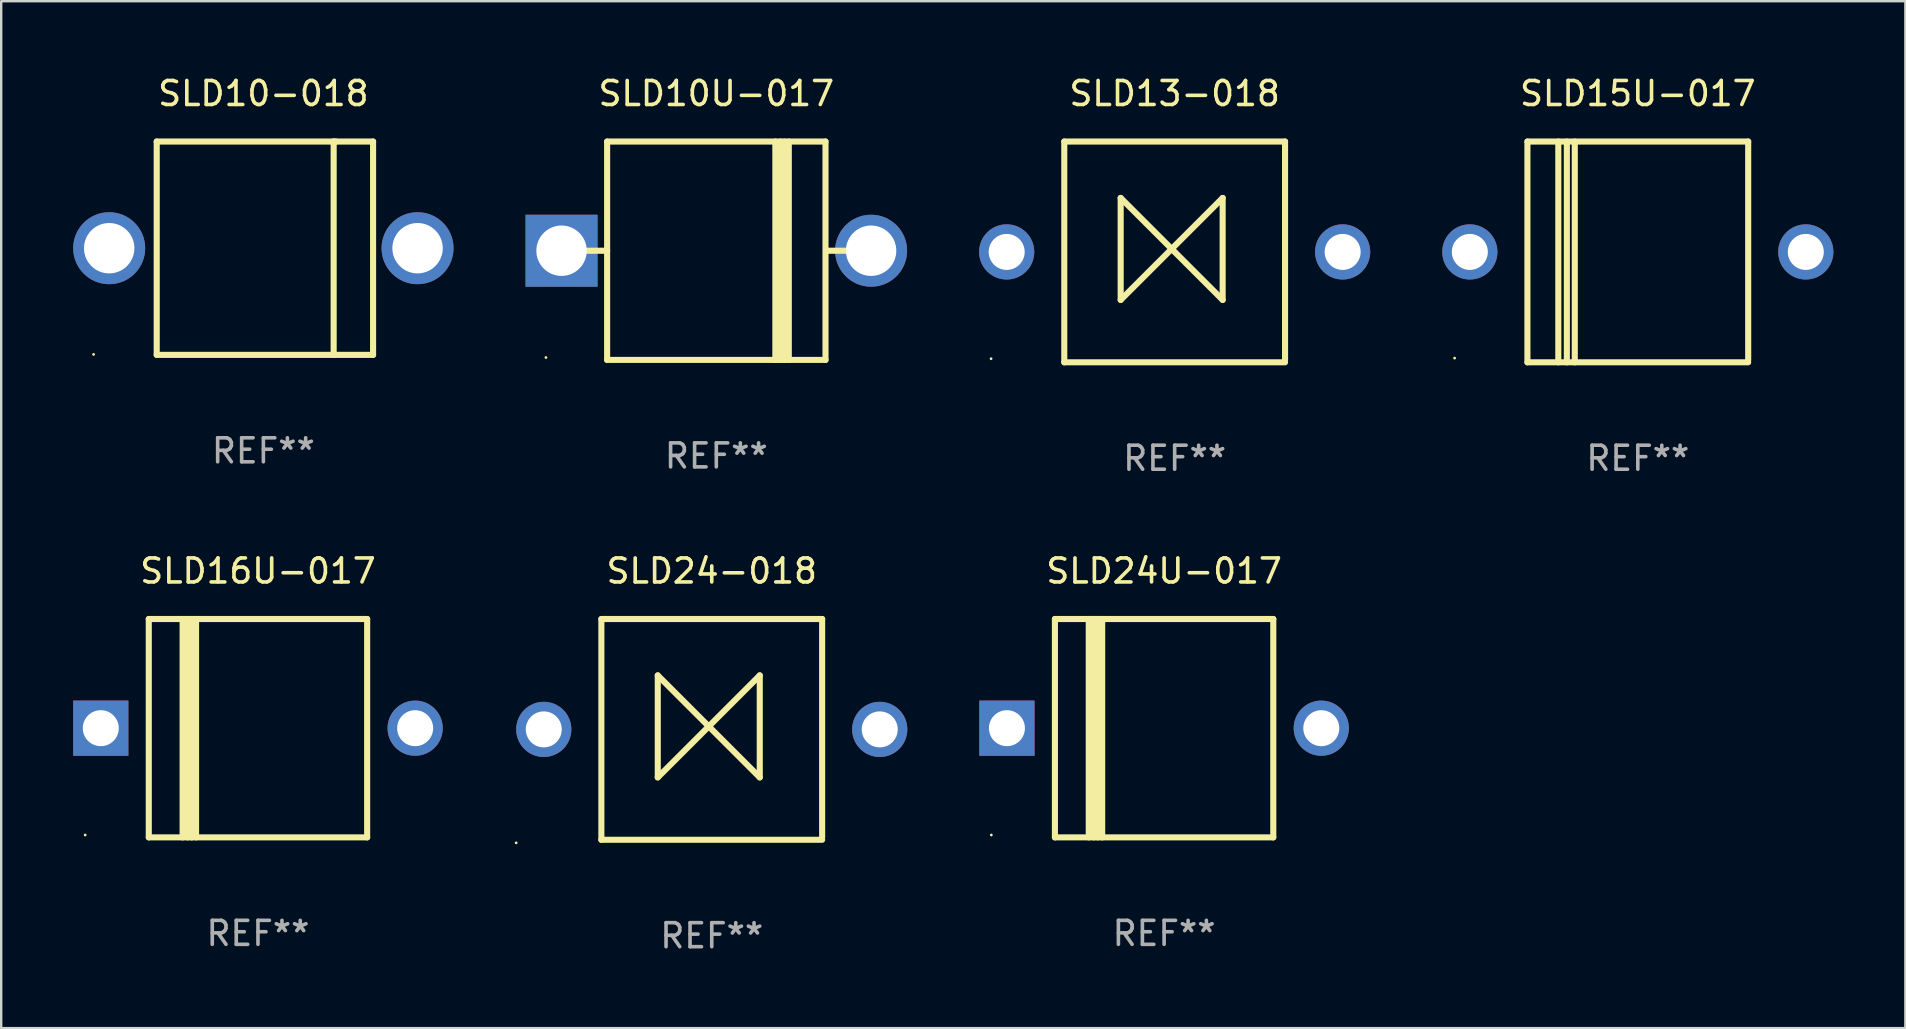
<source format=kicad_pcb>
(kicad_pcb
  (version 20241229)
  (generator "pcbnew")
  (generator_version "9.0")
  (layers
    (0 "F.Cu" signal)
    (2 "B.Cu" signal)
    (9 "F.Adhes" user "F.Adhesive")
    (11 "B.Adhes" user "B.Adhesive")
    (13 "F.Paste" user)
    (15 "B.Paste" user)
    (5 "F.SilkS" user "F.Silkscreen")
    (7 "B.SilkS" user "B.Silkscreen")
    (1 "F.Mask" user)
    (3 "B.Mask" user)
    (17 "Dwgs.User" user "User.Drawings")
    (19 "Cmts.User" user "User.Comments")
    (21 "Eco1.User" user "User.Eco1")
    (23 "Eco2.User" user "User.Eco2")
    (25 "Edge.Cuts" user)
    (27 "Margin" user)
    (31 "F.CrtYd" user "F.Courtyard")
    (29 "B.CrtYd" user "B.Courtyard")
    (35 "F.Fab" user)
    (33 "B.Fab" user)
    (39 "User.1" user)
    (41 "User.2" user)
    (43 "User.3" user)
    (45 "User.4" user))
  (footprint "SLD16U-017"
    (layer "F.Cu")
    (at 7.7 27.295)
    (property "Reference" "SLD16U-017" (at 0 -6.551 0) (layer "F.SilkS") (effects (font (size 1 1) (thickness 0.15))))
    (attr through_hole)
    (fp_line (start -4.55 -4.55) (end -4.55 4.55) (stroke (width 0.254) (type solid)) (layer "F.SilkS"))
    (fp_line (start -4.55 -4.55) (end 4.55 -4.55) (stroke (width 0.254) (type solid)) (layer "F.SilkS"))
    (fp_line (start -3.14 4.55) (end -3.14 -4.551) (stroke (width 0.254) (type solid)) (layer "F.SilkS"))
    (fp_line (start -2.93 4.55) (end -2.93 -4.551) (stroke (width 0.254) (type solid)) (layer "F.SilkS"))
    (fp_line (start -2.759 4.551) (end -2.759 -4.55) (stroke (width 0.254) (type solid)) (layer "F.SilkS"))
    (fp_line (start -2.58 4.55) (end -2.58 -4.551) (stroke (width 0.254) (type solid)) (layer "F.SilkS"))
    (fp_line (start 4.55 4.55) (end 4.55 -4.55) (stroke (width 0.254) (type solid)) (layer "F.SilkS"))
    (fp_line (start 4.55 4.549) (end -4.55 4.549) (stroke (width 0.254) (type solid)) (layer "F.SilkS"))
    (fp_circle (center -7.2 4.45) (end -7.17 4.45) (stroke (width 0.06) (type solid)) (fill no) (layer "F.SilkS"))
    (fp_text user "REF**" (at 0 8.551 0) (layer "F.Fab") (effects (font (size 1 1) (thickness 0.15))))
    (pad "1" thru_hole rect (at -6.55 -0.000483 180) (size 2.3 2.3) (drill 1.5) (layers "*.Cu" "*.Mask"))
    (pad "2" thru_hole circle (at 6.55 -0.000483) (size 2.3 2.3) (drill 1.5) (layers "*.Cu" "*.Mask")))
  (footprint "SLD24-018"
    (layer "F.Cu")
    (at 26.61 27.345)
    (property "Reference" "SLD24-018" (at 0 -6.6 0) (layer "F.SilkS") (effects (font (size 1 1) (thickness 0.15))))
    (attr through_hole)
    (fp_line (start -4.6 -4.6) (end -4.6 4.6) (stroke (width 0.254) (type solid)) (layer "F.SilkS"))
    (fp_line (start -4.6 -4.6) (end 4.6 -4.6) (stroke (width 0.254) (type solid)) (layer "F.SilkS"))
    (fp_line (start -4.6 4.6) (end 4.6 4.6) (stroke (width 0.254) (type solid)) (layer "F.SilkS"))
    (fp_line (start -2.25 -2.25) (end -2.25 2) (stroke (width 0.254) (type solid)) (layer "F.SilkS"))
    (fp_line (start -2.25 2) (end 2 -2.25) (stroke (width 0.254) (type solid)) (layer "F.SilkS"))
    (fp_line (start 2 -2.25) (end 2 2) (stroke (width 0.254) (type solid)) (layer "F.SilkS"))
    (fp_line (start 2 2) (end -2.25 -2.25) (stroke (width 0.254) (type solid)) (layer "F.SilkS"))
    (fp_line (start 4.6 -4.6) (end 4.6 4.5) (stroke (width 0.254) (type solid)) (layer "F.SilkS"))
    (fp_circle (center -8.15 4.727) (end -8.12 4.727) (stroke (width 0.06) (type solid)) (fill no) (layer "F.SilkS"))
    (fp_text user "REF**" (at 0 8.6 0) (layer "F.Fab") (effects (font (size 1 1) (thickness 0.15))))
    (pad "1" thru_hole circle (at -7 0) (size 2.3 2.3) (drill 1.5) (layers "*.Cu" "*.Mask"))
    (pad "2" thru_hole circle (at 7 0) (size 2.3 2.3) (drill 1.5) (layers "*.Cu" "*.Mask")))
  (footprint "SLD13-018"
    (layer "F.Cu")
    (at 45.9 7.448)
    (property "Reference" "SLD13-018" (at 0 -6.6 0) (layer "F.SilkS") (effects (font (size 1 1) (thickness 0.15))))
    (attr through_hole)
    (fp_line (start -4.6 -4.6) (end -4.6 4.6) (stroke (width 0.254) (type solid)) (layer "F.SilkS"))
    (fp_line (start -4.6 -4.6) (end 4.6 -4.6) (stroke (width 0.254) (type solid)) (layer "F.SilkS"))
    (fp_line (start -4.6 4.6) (end 4.6 4.6) (stroke (width 0.254) (type solid)) (layer "F.SilkS"))
    (fp_line (start -2.25 -2.25) (end -2.25 2) (stroke (width 0.254) (type solid)) (layer "F.SilkS"))
    (fp_line (start -2.25 2) (end 2 -2.25) (stroke (width 0.254) (type solid)) (layer "F.SilkS"))
    (fp_line (start 2 -2.25) (end 2 2) (stroke (width 0.254) (type solid)) (layer "F.SilkS"))
    (fp_line (start 2 2) (end -2.25 -2.25) (stroke (width 0.254) (type solid)) (layer "F.SilkS"))
    (fp_line (start 4.6 -4.6) (end 4.6 4.5) (stroke (width 0.254) (type solid)) (layer "F.SilkS"))
    (fp_circle (center -7.65 4.45) (end -7.62 4.45) (stroke (width 0.06) (type solid)) (fill no) (layer "F.SilkS"))
    (fp_text user "REF**" (at 0 8.6 0) (layer "F.Fab") (effects (font (size 1 1) (thickness 0.15))))
    (pad "1" thru_hole circle (at -7 0) (size 2.3 2.3) (drill 1.5) (layers "*.Cu" "*.Mask"))
    (pad "2" thru_hole circle (at 7 0) (size 2.3 2.3) (drill 1.5) (layers "*.Cu" "*.Mask")))
  (footprint "SLD10U-017"
    (layer "F.Cu")
    (at 26.8 7.399)
    (property "Reference" "SLD10U-017" (at 0 -6.551 0) (layer "F.SilkS") (effects (font (size 1 1) (thickness 0.15))))
    (attr through_hole)
    (fp_line (start -5.6 -0.001) (end -4.55 -0.001) (stroke (width 0.254) (type solid)) (layer "F.SilkS"))
    (fp_line (start -4.55 -4.551) (end -4.55 4.55) (stroke (width 0.254) (type solid)) (layer "F.SilkS"))
    (fp_line (start -4.55 -4.551) (end 4.55 -4.551) (stroke (width 0.254) (type solid)) (layer "F.SilkS"))
    (fp_line (start 2.46 4.55) (end 2.46 -4.551) (stroke (width 0.254) (type solid)) (layer "F.SilkS"))
    (fp_line (start 2.67 4.55) (end 2.67 -4.551) (stroke (width 0.254) (type solid)) (layer "F.SilkS"))
    (fp_line (start 2.841 4.551) (end 2.841 -4.55) (stroke (width 0.254) (type solid)) (layer "F.SilkS"))
    (fp_line (start 3.02 4.55) (end 3.02 -4.551) (stroke (width 0.254) (type solid)) (layer "F.SilkS"))
    (fp_line (start 4.55 4.55) (end 4.55 -4.551) (stroke (width 0.254) (type solid)) (layer "F.SilkS"))
    (fp_line (start 4.55 4.549) (end -4.55 4.549) (stroke (width 0.254) (type solid)) (layer "F.SilkS"))
    (fp_line (start 4.58 -0.001) (end 5.6 -0.001) (stroke (width 0.254) (type solid)) (layer "F.SilkS"))
    (fp_circle (center -7.1 4.449) (end -7.07 4.449) (stroke (width 0.06) (type solid)) (fill no) (layer "F.SilkS"))
    (fp_text user "REF**" (at 0 8.551 0) (layer "F.Fab") (effects (font (size 1 1) (thickness 0.15))))
    (pad "1" thru_hole rect (at -6.45 -0.001 180) (size 3 3) (drill 2.1) (layers "*.Cu" "*.Mask"))
    (pad "2" thru_hole circle (at 6.45 -0.001) (size 3 3) (drill 2.1) (layers "*.Cu" "*.Mask")))
  (footprint "SLD10-018"
    (layer "F.Cu")
    (at 7.925 7.293)
    (property "Reference" "SLD10-018" (at 0 -6.445 0) (layer "F.SilkS") (effects (font (size 1 1) (thickness 0.15))))
    (attr through_hole)
    (fp_line (start -4.445 -4.445) (end -4.445 4.445) (stroke (width 0.254) (type solid)) (layer "F.SilkS"))
    (fp_line (start -4.445 4.445) (end 4.572 4.445) (stroke (width 0.254) (type solid)) (layer "F.SilkS"))
    (fp_line (start 2.929 -4.445) (end 2.929 4.445) (stroke (width 0.254) (type solid)) (layer "F.SilkS"))
    (fp_line (start 3.029 -4.445) (end 2.929 -4.445) (stroke (width 0.254) (type solid)) (layer "F.SilkS"))
    (fp_line (start 4.572 -4.445) (end -4.445 -4.445) (stroke (width 0.254) (type solid)) (layer "F.SilkS"))
    (fp_line (start 4.572 4.445) (end 4.572 -4.445) (stroke (width 0.254) (type solid)) (layer "F.SilkS"))
    (fp_circle (center -7.075 4.425) (end -7.045 4.425) (stroke (width 0.06) (type solid)) (fill no) (layer "F.SilkS"))
    (fp_text user "REF**" (at 0 8.445 0) (layer "F.Fab") (effects (font (size 1 1) (thickness 0.15))))
    (pad "1" thru_hole circle (at -6.425 0) (size 3 3) (drill 2.1) (layers "*.Cu" "*.Mask"))
    (pad "2" thru_hole circle (at 6.425 0) (size 3 3) (drill 2.1) (layers "*.Cu" "*.Mask")))
  (footprint "SLD15U-017"
    (layer "F.Cu")
    (at 65.2 7.448)
    (property "Reference" "SLD15U-017" (at 0 -6.6 0) (layer "F.SilkS") (effects (font (size 1 1) (thickness 0.15))))
    (attr through_hole)
    (fp_line (start -4.6 -4.6) (end -4.6 4.6) (stroke (width 0.254) (type solid)) (layer "F.SilkS"))
    (fp_line (start -4.6 -4.6) (end 4.6 -4.6) (stroke (width 0.254) (type solid)) (layer "F.SilkS"))
    (fp_line (start -4.6 4.6) (end 4.6 4.6) (stroke (width 0.254) (type solid)) (layer "F.SilkS"))
    (fp_line (start -3.313 -4.6) (end -3.313 4.6) (stroke (width 0.254) (type solid)) (layer "F.SilkS"))
    (fp_line (start -2.957 -4.6) (end -2.957 4.6) (stroke (width 0.254) (type solid)) (layer "F.SilkS"))
    (fp_line (start -2.627 -4.6) (end -2.627 4.6) (stroke (width 0.254) (type solid)) (layer "F.SilkS"))
    (fp_line (start 4.6 -4.6) (end 4.6 4.5) (stroke (width 0.254) (type solid)) (layer "F.SilkS"))
    (fp_circle (center -7.635 4.425) (end -7.605 4.425) (stroke (width 0.06) (type solid)) (fill no) (layer "F.SilkS"))
    (fp_text user "REF**" (at 0 8.6 0) (layer "F.Fab") (effects (font (size 1 1) (thickness 0.15))))
    (pad "1" thru_hole circle (at -7 0) (size 2.3 2.3) (drill 1.5) (layers "*.Cu" "*.Mask"))
    (pad "2" thru_hole circle (at 7 0) (size 2.3 2.3) (drill 1.5) (layers "*.Cu" "*.Mask")))
  (footprint "SLD24U-017"
    (layer "F.Cu")
    (at 45.46 27.295)
    (property "Reference" "SLD24U-017" (at 0 -6.551 0) (layer "F.SilkS") (effects (font (size 1 1) (thickness 0.15))))
    (attr through_hole)
    (fp_line (start -4.55 -4.55) (end -4.55 4.55) (stroke (width 0.254) (type solid)) (layer "F.SilkS"))
    (fp_line (start -4.55 -4.55) (end 4.55 -4.55) (stroke (width 0.254) (type solid)) (layer "F.SilkS"))
    (fp_line (start -3.14 4.55) (end -3.14 -4.551) (stroke (width 0.254) (type solid)) (layer "F.SilkS"))
    (fp_line (start -2.93 4.55) (end -2.93 -4.551) (stroke (width 0.254) (type solid)) (layer "F.SilkS"))
    (fp_line (start -2.759 4.551) (end -2.759 -4.55) (stroke (width 0.254) (type solid)) (layer "F.SilkS"))
    (fp_line (start -2.58 4.55) (end -2.58 -4.551) (stroke (width 0.254) (type solid)) (layer "F.SilkS"))
    (fp_line (start 4.55 4.55) (end 4.55 -4.55) (stroke (width 0.254) (type solid)) (layer "F.SilkS"))
    (fp_line (start 4.55 4.549) (end -4.55 4.549) (stroke (width 0.254) (type solid)) (layer "F.SilkS"))
    (fp_circle (center -7.2 4.45) (end -7.17 4.45) (stroke (width 0.06) (type solid)) (fill no) (layer "F.SilkS"))
    (fp_text user "REF**" (at 0 8.551 0) (layer "F.Fab") (effects (font (size 1 1) (thickness 0.15))))
    (pad "1" thru_hole rect (at -6.55 -0.000483 180) (size 2.3 2.3) (drill 1.5) (layers "*.Cu" "*.Mask"))
    (pad "2" thru_hole circle (at 6.55 -0.000483) (size 2.3 2.3) (drill 1.5) (layers "*.Cu" "*.Mask")))
  (gr_rect
    (start -3 -3)
    (end 76.35 39.793)
    (stroke (width 0.1) (type default))
    (fill no)
    (layer "Edge.Cuts")))
</source>
